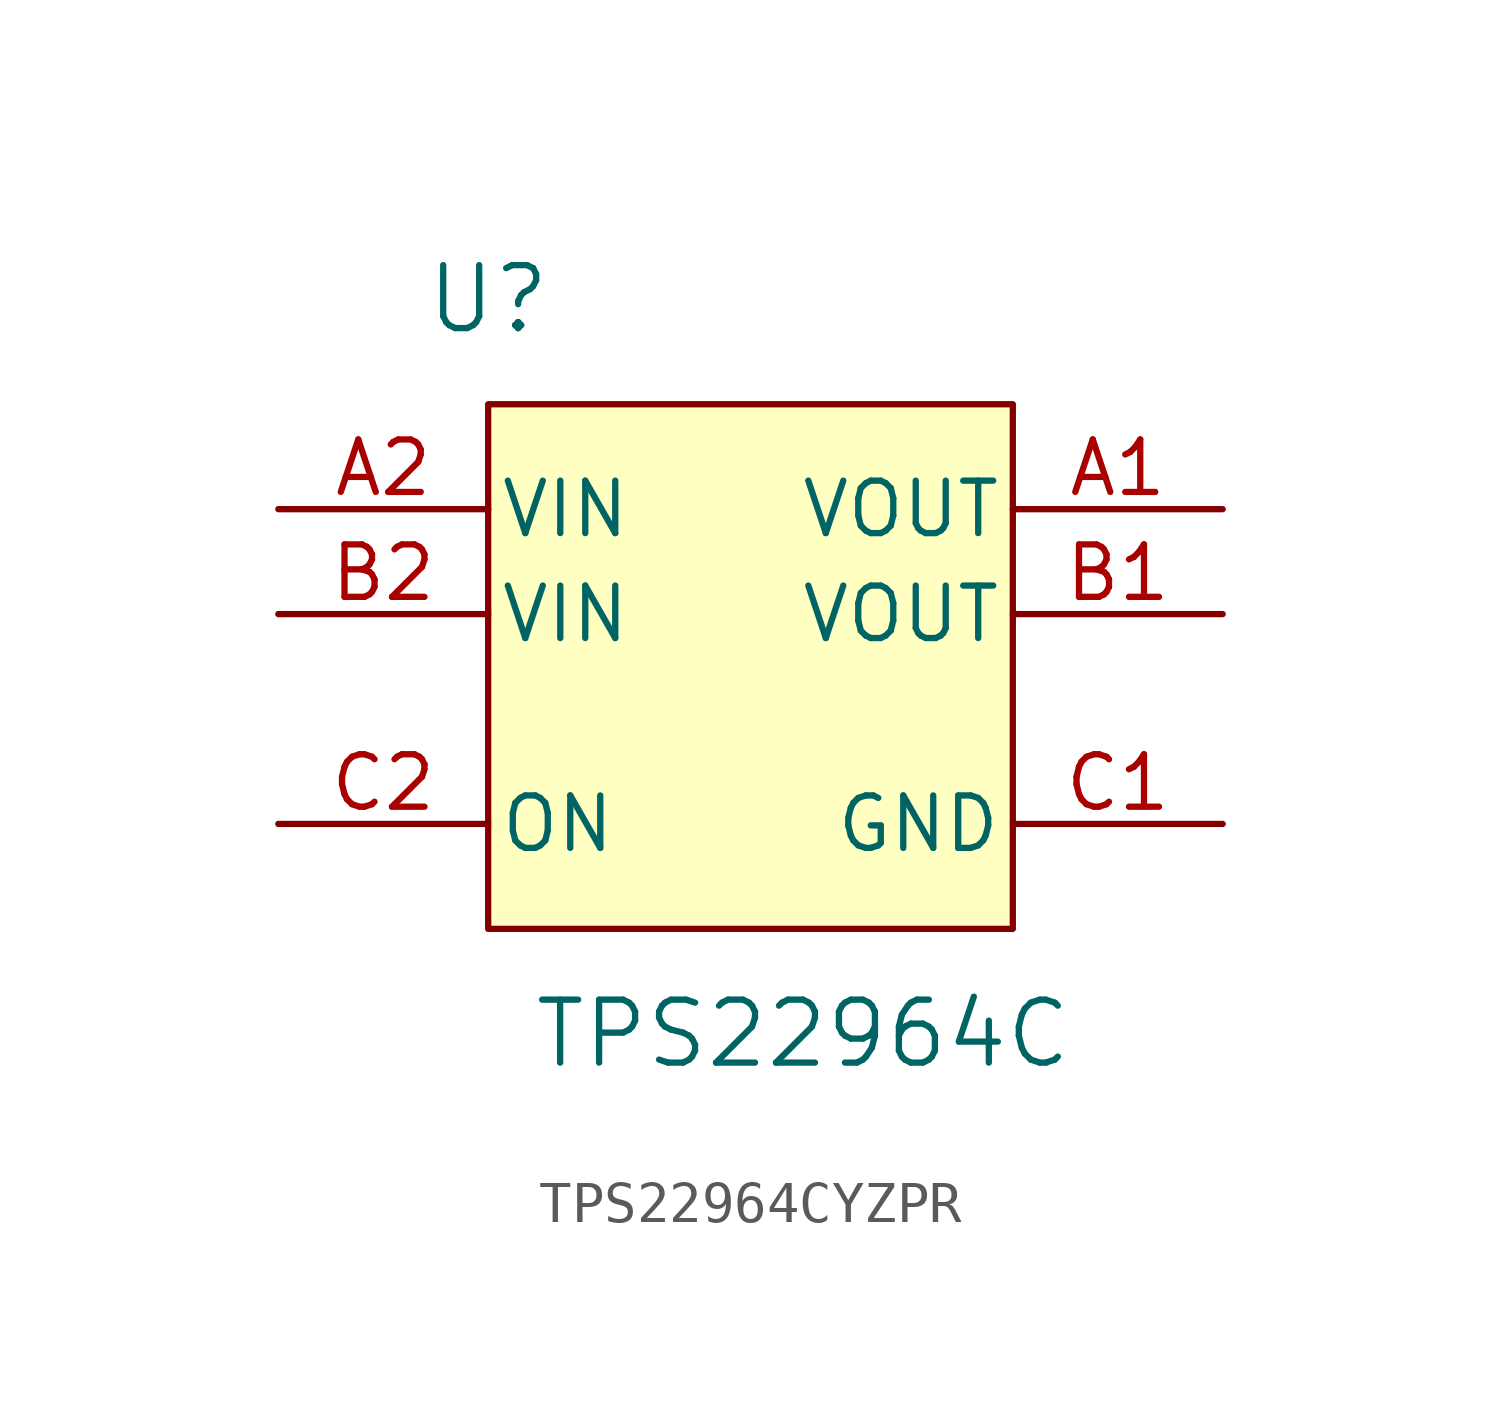
<source format=kicad_sym>
(kicad_symbol_lib
  (version 20230620)
  (generator kicad_symbol_editor)
  (symbol "TPS22964CYZPR"
    (pin_names
      (offset 0.254))
    (property "Reference" "U"
      (at -5.08 10.16 0)
      (effects (font (size 1.524 1.524))))
    (property "Value" "TPS22964C"
      (at 2.54 -7.62 0)
      (effects (font (size 1.524 1.524))))
    (symbol "TPS22964CYZPR_0_1"
      (pin output line (at 12.7 5.08 180) (length 5.08) (name "VOUT" (effects (font (size 1.27 1.27)))) (number "A1" (effects (font (size 1.27 1.27)))))
      (pin input line (at -10.16 5.08 0) (length 5.08) (name "VIN" (effects (font (size 1.27 1.27)))) (number "A2" (effects (font (size 1.27 1.27)))))
      (pin output line (at 12.7 2.54 180) (length 5.08) (name "VOUT" (effects (font (size 1.27 1.27)))) (number "B1" (effects (font (size 1.27 1.27)))))
      (pin input line (at -10.16 2.54 0) (length 5.08) (name "VIN" (effects (font (size 1.27 1.27)))) (number "B2" (effects (font (size 1.27 1.27)))))
      (pin power_in line (at 12.7 -2.54 180) (length 5.08) (name "GND" (effects (font (size 1.27 1.27)))) (number "C1" (effects (font (size 1.27 1.27)))))
      (pin input line (at -10.16 -2.54 0) (length 5.08) (name "ON" (effects (font (size 1.27 1.27)))) (number "C2" (effects (font (size 1.27 1.27))))))
    (symbol "TPS22964CYZPR_1_1"
      (rectangle (start -5.08 7.62) (end 7.62 -5.08) (stroke (width 0) (type default)) (fill (type background))))))
</source>
